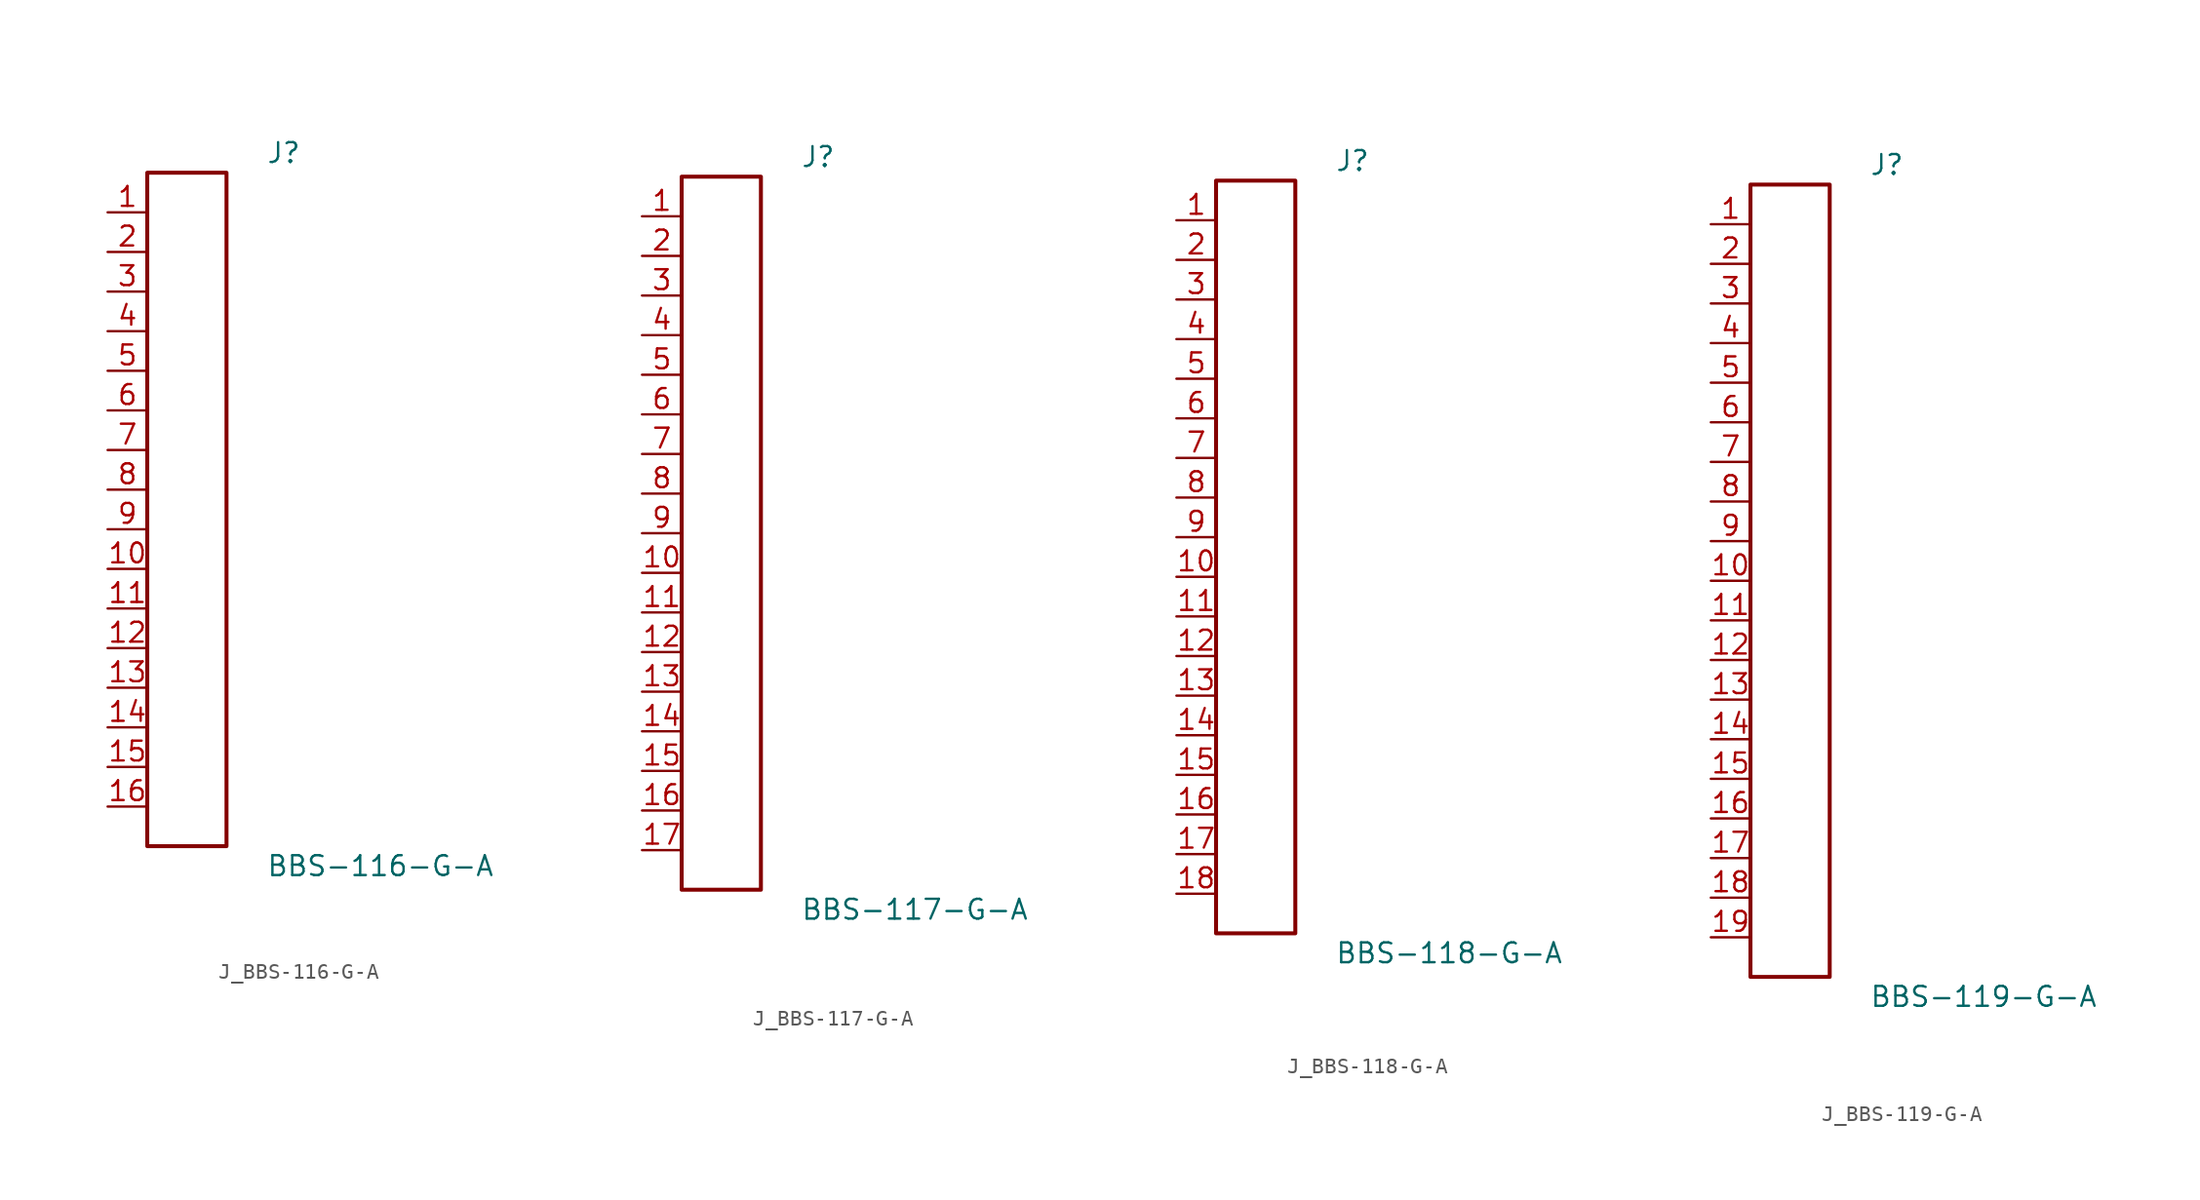
<source format=kicad_sym>
(kicad_symbol_lib
  (version 20231120)
  (generator kicad_symbol_editor)
  (generator_version 8.0)
  (symbol "J_BBS-116-G-A"
    (pin_names
      (offset 0.254))
    (property "Reference" "J"
      (at 5.08 22.86 0)
      (effects (font (size 1.27 1.27)) (justify left)))
    (property "Value" "BBS-116-G-A"
      (at 5.08 -22.86 0)
      (effects (font (size 1.27 1.27)) (justify left)))
    (symbol "J_BBS-116-G-A_0_0"
      (pin passive line (at -5.08 19.05 0) (length 2.54) (name "" (effects (font (size 1.27 1.27)))) (number "1" (effects (font (size 1.27 1.27)))))
      (pin passive line (at -5.08 16.51 0) (length 2.54) (name "" (effects (font (size 1.27 1.27)))) (number "2" (effects (font (size 1.27 1.27)))))
      (pin passive line (at -5.08 13.97 0) (length 2.54) (name "" (effects (font (size 1.27 1.27)))) (number "3" (effects (font (size 1.27 1.27)))))
      (pin passive line (at -5.08 11.43 0) (length 2.54) (name "" (effects (font (size 1.27 1.27)))) (number "4" (effects (font (size 1.27 1.27)))))
      (pin passive line (at -5.08 8.89 0) (length 2.54) (name "" (effects (font (size 1.27 1.27)))) (number "5" (effects (font (size 1.27 1.27)))))
      (pin passive line (at -5.08 6.35 0) (length 2.54) (name "" (effects (font (size 1.27 1.27)))) (number "6" (effects (font (size 1.27 1.27)))))
      (pin passive line (at -5.08 3.81 0) (length 2.54) (name "" (effects (font (size 1.27 1.27)))) (number "7" (effects (font (size 1.27 1.27)))))
      (pin passive line (at -5.08 1.27 0) (length 2.54) (name "" (effects (font (size 1.27 1.27)))) (number "8" (effects (font (size 1.27 1.27)))))
      (pin passive line (at -5.08 -1.27 0) (length 2.54) (name "" (effects (font (size 1.27 1.27)))) (number "9" (effects (font (size 1.27 1.27)))))
      (pin passive line (at -5.08 -3.81 0) (length 2.54) (name "" (effects (font (size 1.27 1.27)))) (number "10" (effects (font (size 1.27 1.27)))))
      (pin passive line (at -5.08 -6.35 0) (length 2.54) (name "" (effects (font (size 1.27 1.27)))) (number "11" (effects (font (size 1.27 1.27)))))
      (pin passive line (at -5.08 -8.89 0) (length 2.54) (name "" (effects (font (size 1.27 1.27)))) (number "12" (effects (font (size 1.27 1.27)))))
      (pin passive line (at -5.08 -11.43 0) (length 2.54) (name "" (effects (font (size 1.27 1.27)))) (number "13" (effects (font (size 1.27 1.27)))))
      (pin passive line (at -5.08 -13.97 0) (length 2.54) (name "" (effects (font (size 1.27 1.27)))) (number "14" (effects (font (size 1.27 1.27)))))
      (pin passive line (at -5.08 -16.51 0) (length 2.54) (name "" (effects (font (size 1.27 1.27)))) (number "15" (effects (font (size 1.27 1.27)))))
      (pin passive line (at -5.08 -19.05 0) (length 2.54) (name "" (effects (font (size 1.27 1.27)))) (number "16" (effects (font (size 1.27 1.27))))))
    (symbol "J_BBS-116-G-A_1_0"
      (rectangle (start -2.54 21.59) (end 2.54 -21.59) (stroke (width 0.254) (type solid)) (fill (type none)))))
  (symbol "J_BBS-117-G-A"
    (pin_names
      (offset 0.254))
    (property "Reference" "J"
      (at 5.08 24.13 0)
      (effects (font (size 1.27 1.27)) (justify left)))
    (property "Value" "BBS-117-G-A"
      (at 5.08 -24.13 0)
      (effects (font (size 1.27 1.27)) (justify left)))
    (symbol "J_BBS-117-G-A_0_0"
      (pin passive line (at -5.08 20.32 0) (length 2.54) (name "" (effects (font (size 1.27 1.27)))) (number "1" (effects (font (size 1.27 1.27)))))
      (pin passive line (at -5.08 17.78 0) (length 2.54) (name "" (effects (font (size 1.27 1.27)))) (number "2" (effects (font (size 1.27 1.27)))))
      (pin passive line (at -5.08 15.24 0) (length 2.54) (name "" (effects (font (size 1.27 1.27)))) (number "3" (effects (font (size 1.27 1.27)))))
      (pin passive line (at -5.08 12.7 0) (length 2.54) (name "" (effects (font (size 1.27 1.27)))) (number "4" (effects (font (size 1.27 1.27)))))
      (pin passive line (at -5.08 10.16 0) (length 2.54) (name "" (effects (font (size 1.27 1.27)))) (number "5" (effects (font (size 1.27 1.27)))))
      (pin passive line (at -5.08 7.62 0) (length 2.54) (name "" (effects (font (size 1.27 1.27)))) (number "6" (effects (font (size 1.27 1.27)))))
      (pin passive line (at -5.08 5.08 0) (length 2.54) (name "" (effects (font (size 1.27 1.27)))) (number "7" (effects (font (size 1.27 1.27)))))
      (pin passive line (at -5.08 2.54 0) (length 2.54) (name "" (effects (font (size 1.27 1.27)))) (number "8" (effects (font (size 1.27 1.27)))))
      (pin passive line (at -5.08 0.0 0) (length 2.54) (name "" (effects (font (size 1.27 1.27)))) (number "9" (effects (font (size 1.27 1.27)))))
      (pin passive line (at -5.08 -2.54 0) (length 2.54) (name "" (effects (font (size 1.27 1.27)))) (number "10" (effects (font (size 1.27 1.27)))))
      (pin passive line (at -5.08 -5.08 0) (length 2.54) (name "" (effects (font (size 1.27 1.27)))) (number "11" (effects (font (size 1.27 1.27)))))
      (pin passive line (at -5.08 -7.62 0) (length 2.54) (name "" (effects (font (size 1.27 1.27)))) (number "12" (effects (font (size 1.27 1.27)))))
      (pin passive line (at -5.08 -10.16 0) (length 2.54) (name "" (effects (font (size 1.27 1.27)))) (number "13" (effects (font (size 1.27 1.27)))))
      (pin passive line (at -5.08 -12.7 0) (length 2.54) (name "" (effects (font (size 1.27 1.27)))) (number "14" (effects (font (size 1.27 1.27)))))
      (pin passive line (at -5.08 -15.24 0) (length 2.54) (name "" (effects (font (size 1.27 1.27)))) (number "15" (effects (font (size 1.27 1.27)))))
      (pin passive line (at -5.08 -17.78 0) (length 2.54) (name "" (effects (font (size 1.27 1.27)))) (number "16" (effects (font (size 1.27 1.27)))))
      (pin passive line (at -5.08 -20.32 0) (length 2.54) (name "" (effects (font (size 1.27 1.27)))) (number "17" (effects (font (size 1.27 1.27))))))
    (symbol "J_BBS-117-G-A_1_0"
      (rectangle (start -2.54 22.86) (end 2.54 -22.86) (stroke (width 0.254) (type solid)) (fill (type none)))))
  (symbol "J_BBS-118-G-A"
    (pin_names
      (offset 0.254))
    (property "Reference" "J"
      (at 5.08 25.4 0)
      (effects (font (size 1.27 1.27)) (justify left)))
    (property "Value" "BBS-118-G-A"
      (at 5.08 -25.4 0)
      (effects (font (size 1.27 1.27)) (justify left)))
    (symbol "J_BBS-118-G-A_0_0"
      (pin passive line (at -5.08 21.59 0) (length 2.54) (name "" (effects (font (size 1.27 1.27)))) (number "1" (effects (font (size 1.27 1.27)))))
      (pin passive line (at -5.08 19.05 0) (length 2.54) (name "" (effects (font (size 1.27 1.27)))) (number "2" (effects (font (size 1.27 1.27)))))
      (pin passive line (at -5.08 16.51 0) (length 2.54) (name "" (effects (font (size 1.27 1.27)))) (number "3" (effects (font (size 1.27 1.27)))))
      (pin passive line (at -5.08 13.97 0) (length 2.54) (name "" (effects (font (size 1.27 1.27)))) (number "4" (effects (font (size 1.27 1.27)))))
      (pin passive line (at -5.08 11.43 0) (length 2.54) (name "" (effects (font (size 1.27 1.27)))) (number "5" (effects (font (size 1.27 1.27)))))
      (pin passive line (at -5.08 8.89 0) (length 2.54) (name "" (effects (font (size 1.27 1.27)))) (number "6" (effects (font (size 1.27 1.27)))))
      (pin passive line (at -5.08 6.35 0) (length 2.54) (name "" (effects (font (size 1.27 1.27)))) (number "7" (effects (font (size 1.27 1.27)))))
      (pin passive line (at -5.08 3.81 0) (length 2.54) (name "" (effects (font (size 1.27 1.27)))) (number "8" (effects (font (size 1.27 1.27)))))
      (pin passive line (at -5.08 1.27 0) (length 2.54) (name "" (effects (font (size 1.27 1.27)))) (number "9" (effects (font (size 1.27 1.27)))))
      (pin passive line (at -5.08 -1.27 0) (length 2.54) (name "" (effects (font (size 1.27 1.27)))) (number "10" (effects (font (size 1.27 1.27)))))
      (pin passive line (at -5.08 -3.81 0) (length 2.54) (name "" (effects (font (size 1.27 1.27)))) (number "11" (effects (font (size 1.27 1.27)))))
      (pin passive line (at -5.08 -6.35 0) (length 2.54) (name "" (effects (font (size 1.27 1.27)))) (number "12" (effects (font (size 1.27 1.27)))))
      (pin passive line (at -5.08 -8.89 0) (length 2.54) (name "" (effects (font (size 1.27 1.27)))) (number "13" (effects (font (size 1.27 1.27)))))
      (pin passive line (at -5.08 -11.43 0) (length 2.54) (name "" (effects (font (size 1.27 1.27)))) (number "14" (effects (font (size 1.27 1.27)))))
      (pin passive line (at -5.08 -13.97 0) (length 2.54) (name "" (effects (font (size 1.27 1.27)))) (number "15" (effects (font (size 1.27 1.27)))))
      (pin passive line (at -5.08 -16.51 0) (length 2.54) (name "" (effects (font (size 1.27 1.27)))) (number "16" (effects (font (size 1.27 1.27)))))
      (pin passive line (at -5.08 -19.05 0) (length 2.54) (name "" (effects (font (size 1.27 1.27)))) (number "17" (effects (font (size 1.27 1.27)))))
      (pin passive line (at -5.08 -21.59 0) (length 2.54) (name "" (effects (font (size 1.27 1.27)))) (number "18" (effects (font (size 1.27 1.27))))))
    (symbol "J_BBS-118-G-A_1_0"
      (rectangle (start -2.54 24.13) (end 2.54 -24.13) (stroke (width 0.254) (type solid)) (fill (type none)))))
  (symbol "J_BBS-119-G-A"
    (pin_names
      (offset 0.254))
    (property "Reference" "J"
      (at 5.08 26.67 0)
      (effects (font (size 1.27 1.27)) (justify left)))
    (property "Value" "BBS-119-G-A"
      (at 5.08 -26.67 0)
      (effects (font (size 1.27 1.27)) (justify left)))
    (symbol "J_BBS-119-G-A_0_0"
      (pin passive line (at -5.08 22.86 0) (length 2.54) (name "" (effects (font (size 1.27 1.27)))) (number "1" (effects (font (size 1.27 1.27)))))
      (pin passive line (at -5.08 20.32 0) (length 2.54) (name "" (effects (font (size 1.27 1.27)))) (number "2" (effects (font (size 1.27 1.27)))))
      (pin passive line (at -5.08 17.78 0) (length 2.54) (name "" (effects (font (size 1.27 1.27)))) (number "3" (effects (font (size 1.27 1.27)))))
      (pin passive line (at -5.08 15.24 0) (length 2.54) (name "" (effects (font (size 1.27 1.27)))) (number "4" (effects (font (size 1.27 1.27)))))
      (pin passive line (at -5.08 12.7 0) (length 2.54) (name "" (effects (font (size 1.27 1.27)))) (number "5" (effects (font (size 1.27 1.27)))))
      (pin passive line (at -5.08 10.16 0) (length 2.54) (name "" (effects (font (size 1.27 1.27)))) (number "6" (effects (font (size 1.27 1.27)))))
      (pin passive line (at -5.08 7.62 0) (length 2.54) (name "" (effects (font (size 1.27 1.27)))) (number "7" (effects (font (size 1.27 1.27)))))
      (pin passive line (at -5.08 5.08 0) (length 2.54) (name "" (effects (font (size 1.27 1.27)))) (number "8" (effects (font (size 1.27 1.27)))))
      (pin passive line (at -5.08 2.54 0) (length 2.54) (name "" (effects (font (size 1.27 1.27)))) (number "9" (effects (font (size 1.27 1.27)))))
      (pin passive line (at -5.08 0.0 0) (length 2.54) (name "" (effects (font (size 1.27 1.27)))) (number "10" (effects (font (size 1.27 1.27)))))
      (pin passive line (at -5.08 -2.54 0) (length 2.54) (name "" (effects (font (size 1.27 1.27)))) (number "11" (effects (font (size 1.27 1.27)))))
      (pin passive line (at -5.08 -5.08 0) (length 2.54) (name "" (effects (font (size 1.27 1.27)))) (number "12" (effects (font (size 1.27 1.27)))))
      (pin passive line (at -5.08 -7.62 0) (length 2.54) (name "" (effects (font (size 1.27 1.27)))) (number "13" (effects (font (size 1.27 1.27)))))
      (pin passive line (at -5.08 -10.16 0) (length 2.54) (name "" (effects (font (size 1.27 1.27)))) (number "14" (effects (font (size 1.27 1.27)))))
      (pin passive line (at -5.08 -12.7 0) (length 2.54) (name "" (effects (font (size 1.27 1.27)))) (number "15" (effects (font (size 1.27 1.27)))))
      (pin passive line (at -5.08 -15.24 0) (length 2.54) (name "" (effects (font (size 1.27 1.27)))) (number "16" (effects (font (size 1.27 1.27)))))
      (pin passive line (at -5.08 -17.78 0) (length 2.54) (name "" (effects (font (size 1.27 1.27)))) (number "17" (effects (font (size 1.27 1.27)))))
      (pin passive line (at -5.08 -20.32 0) (length 2.54) (name "" (effects (font (size 1.27 1.27)))) (number "18" (effects (font (size 1.27 1.27)))))
      (pin passive line (at -5.08 -22.86 0) (length 2.54) (name "" (effects (font (size 1.27 1.27)))) (number "19" (effects (font (size 1.27 1.27))))))
    (symbol "J_BBS-119-G-A_1_0"
      (rectangle (start -2.54 25.4) (end 2.54 -25.4) (stroke (width 0.254) (type solid)) (fill (type none))))))
</source>
